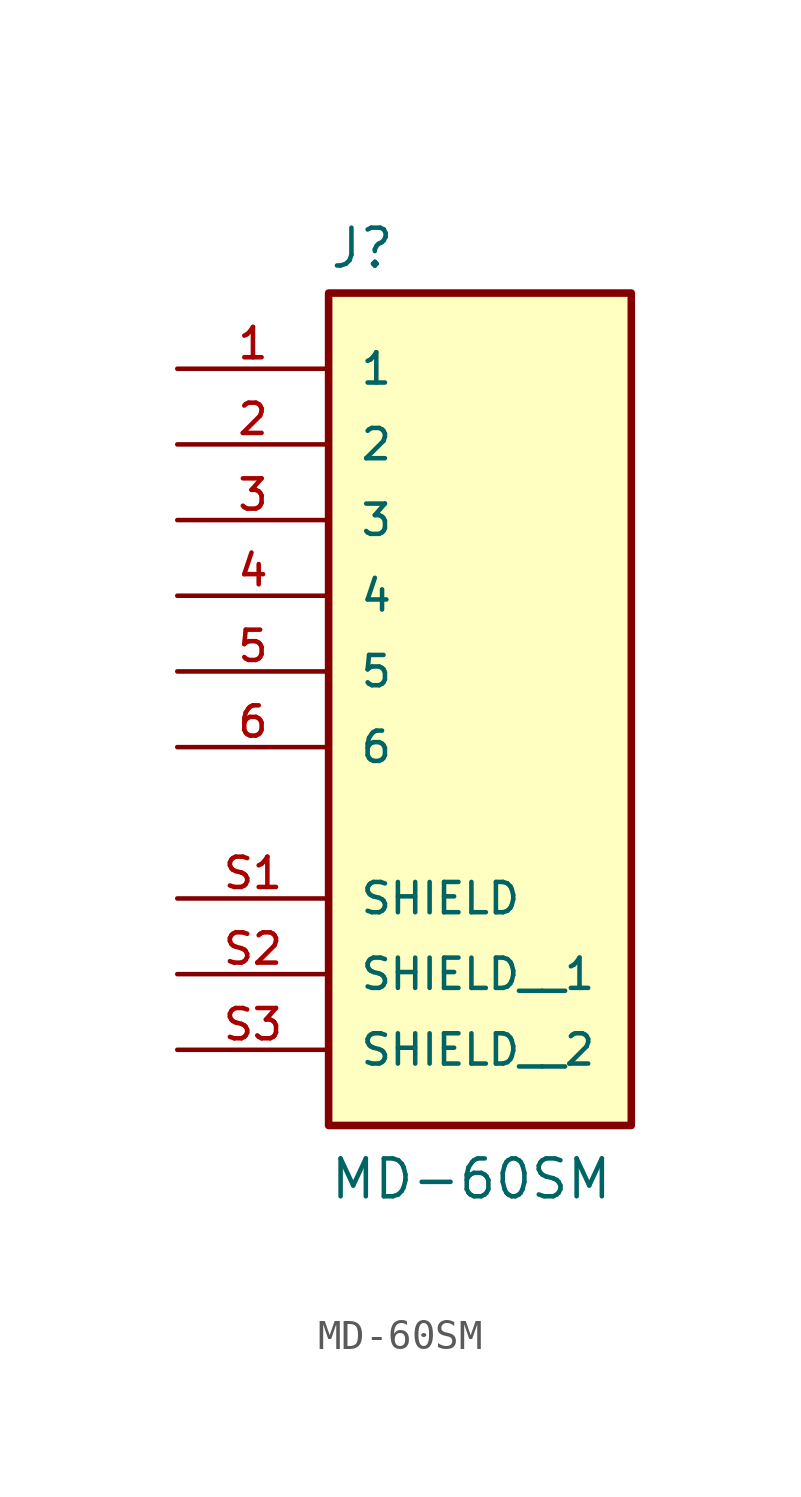
<source format=kicad_sym>
(kicad_symbol_lib
  (version 20211014)
  (generator kicad_symbol_editor)
  (symbol "MD-60SM"
    (pin_names
      (offset 1.016))
    (property "Reference" "J"
      (at -5.08 10.922 0)
      (effects (font (size 1.27 1.27)) (justify bottom left)))
    (property "Value" "MD-60SM"
      (at -5.08 -20.32 0)
      (effects (font (size 1.27 1.27)) (justify bottom left)))
    (symbol "MD-60SM_0_0"
      (rectangle (start -5.08 -17.78) (end 5.08 10.16) (stroke (width 0.254)) (fill (type background)))
      (pin passive line (at -10.16 5.08 0) (length 5.08) (name "2" (effects (font (size 1.016 1.016)))) (number "2" (effects (font (size 1.016 1.016)))))
      (pin passive line (at -10.16 7.62 0) (length 5.08) (name "1" (effects (font (size 1.016 1.016)))) (number "1" (effects (font (size 1.016 1.016)))))
      (pin passive line (at -10.16 2.54 0) (length 5.08) (name "3" (effects (font (size 1.016 1.016)))) (number "3" (effects (font (size 1.016 1.016)))))
      (pin passive line (at -10.16 -10.16 0) (length 5.08) (name "SHIELD" (effects (font (size 1.016 1.016)))) (number "S1" (effects (font (size 1.016 1.016)))))
      (pin passive line (at -10.16 0.0 0) (length 5.08) (name "4" (effects (font (size 1.016 1.016)))) (number "4" (effects (font (size 1.016 1.016)))))
      (pin passive line (at -10.16 -2.54 0) (length 5.08) (name "5" (effects (font (size 1.016 1.016)))) (number "5" (effects (font (size 1.016 1.016)))))
      (pin passive line (at -10.16 -5.08 0) (length 5.08) (name "6" (effects (font (size 1.016 1.016)))) (number "6" (effects (font (size 1.016 1.016)))))
      (pin passive line (at -10.16 -12.7 0) (length 5.08) (name "SHIELD__1" (effects (font (size 1.016 1.016)))) (number "S2" (effects (font (size 1.016 1.016)))))
      (pin passive line (at -10.16 -15.24 0) (length 5.08) (name "SHIELD__2" (effects (font (size 1.016 1.016)))) (number "S3" (effects (font (size 1.016 1.016))))))))
</source>
